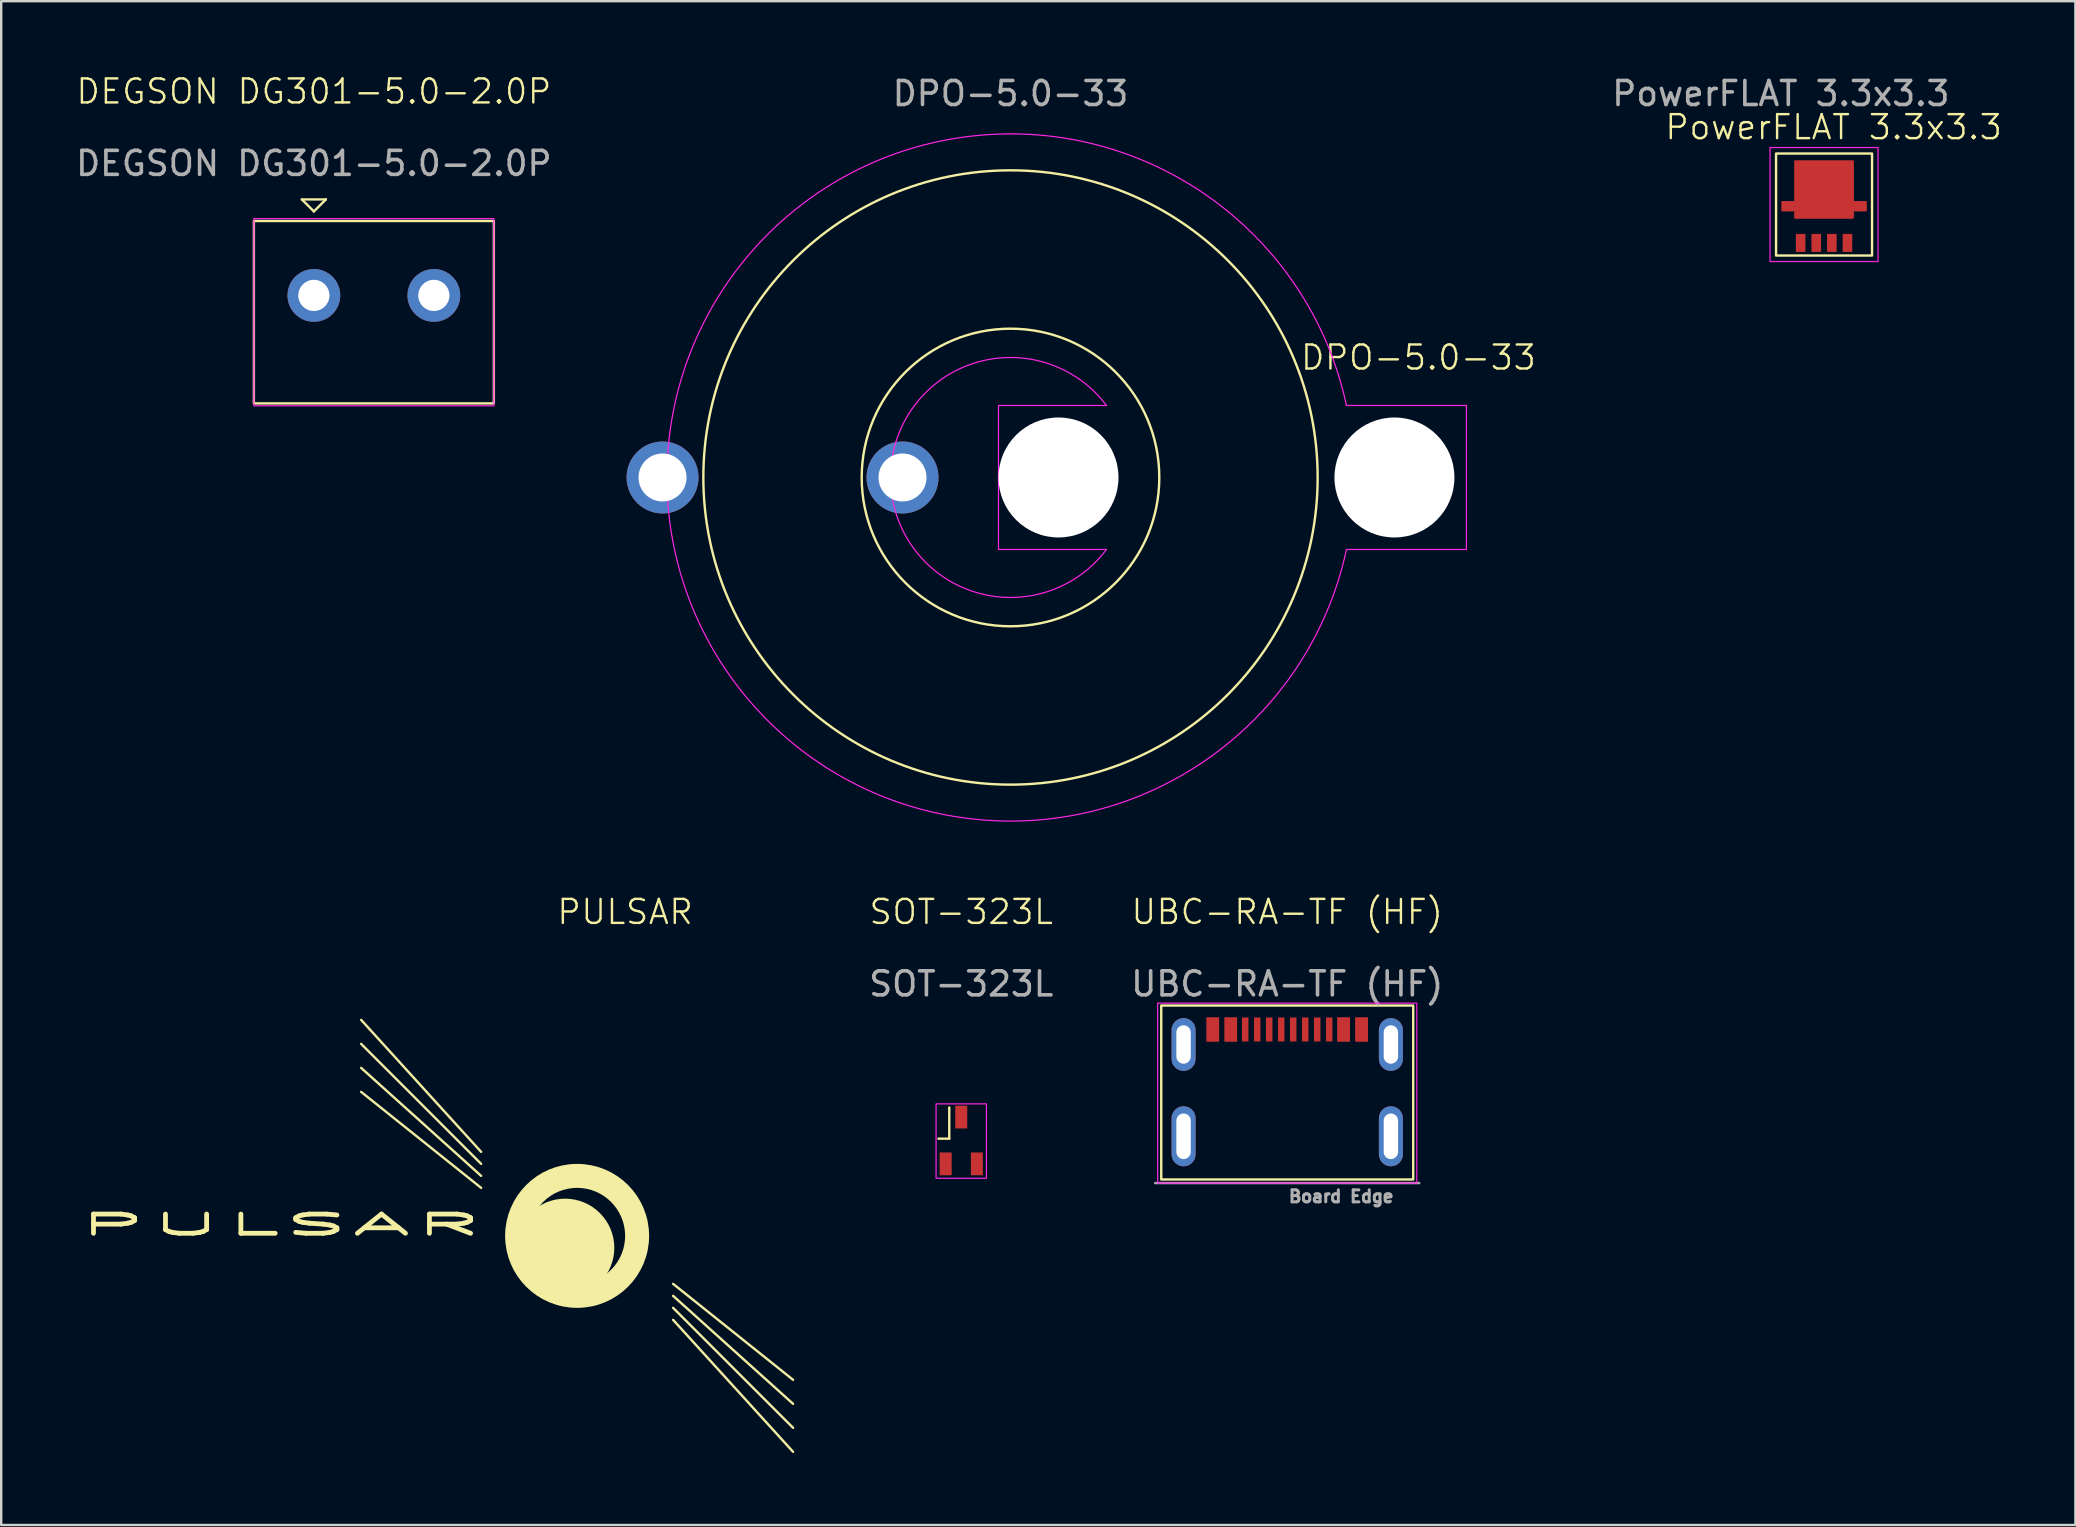
<source format=kicad_pcb>
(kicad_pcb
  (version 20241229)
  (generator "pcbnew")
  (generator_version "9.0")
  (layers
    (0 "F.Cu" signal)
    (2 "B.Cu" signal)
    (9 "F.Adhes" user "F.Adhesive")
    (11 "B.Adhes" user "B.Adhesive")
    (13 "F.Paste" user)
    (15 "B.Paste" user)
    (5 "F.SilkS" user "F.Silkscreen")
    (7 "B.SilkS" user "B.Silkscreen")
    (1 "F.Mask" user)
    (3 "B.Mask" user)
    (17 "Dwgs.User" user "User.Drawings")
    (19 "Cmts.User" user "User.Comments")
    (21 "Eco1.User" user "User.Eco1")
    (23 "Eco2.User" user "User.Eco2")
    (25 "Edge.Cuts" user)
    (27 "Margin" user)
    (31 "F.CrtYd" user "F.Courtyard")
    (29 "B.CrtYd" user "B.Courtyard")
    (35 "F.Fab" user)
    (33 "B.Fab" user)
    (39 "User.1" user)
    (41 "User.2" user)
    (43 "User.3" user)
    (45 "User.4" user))
  (footprint "UBC-RA-TF (HF)"
    (layer "F.Cu")
    (at 50.592 39.852)
    (property "Reference" "UBC-RA-TF (HF)" (at 0 -4.9 0) (unlocked yes) (layer "F.SilkS") (effects (font (size 1 1) (thickness 0.1))))
    (attr smd)
    (fp_rect (start -5.25 -1) (end 5.25 6.25) (stroke (width 0.1) (type default)) (fill no) (layer "F.SilkS"))
    (fp_rect (start -5.4 -1.1) (end 5.4 6.4) (stroke (width 0.05) (type default)) (fill no) (layer "F.CrtYd"))
    (fp_line (start -5.5 6.4) (end 5.5 6.4) (stroke (width 0.1) (type default)) (layer "F.Fab"))
    (fp_text user "Board Edge" (at 0 7.25 0) (unlocked yes) (layer "F.Fab") (effects (font (size 0.5 0.5) (thickness 0.125)) (justify left bottom)))
    (fp_text user "${REFERENCE}" (at 0 -1.9 0) (unlocked yes) (layer "F.Fab") (effects (font (size 1 1) (thickness 0.15))))
    (pad "A1" smd rect (at -3.1 0) (size 0.52 1) (layers "F.Cu" "F.Mask" "F.Paste"))
    (pad "A4" smd rect (at -2.35 0) (size 0.52 1) (layers "F.Cu" "F.Mask" "F.Paste"))
    (pad "A5" smd rect (at -1.75 0) (size 0.27 1) (layers "F.Cu" "F.Mask" "F.Paste"))
    (pad "A6" smd rect (at -0.25 0) (size 0.27 1) (layers "F.Cu" "F.Mask" "F.Paste"))
    (pad "A7" smd rect (at 0.75 0) (size 0.27 1) (layers "F.Cu" "F.Mask" "F.Paste"))
    (pad "A8" smd rect (at 1.75 0) (size 0.27 1) (layers "F.Cu" "F.Mask" "F.Paste"))
    (pad "A9" smd rect (at 2.35 0) (size 0.52 1) (layers "F.Cu" "F.Mask" "F.Paste"))
    (pad "A12" smd rect (at 3.1 0) (size 0.52 1) (layers "F.Cu" "F.Mask" "F.Paste"))
    (pad "B1" smd rect (at 3.1 0) (size 0.52 1) (layers "F.Cu" "F.Mask" "F.Paste"))
    (pad "B4" smd rect (at 2.35 0) (size 0.52 1) (layers "F.Cu" "F.Mask" "F.Paste"))
    (pad "B5" smd rect (at 1.25 0) (size 0.27 1) (layers "F.Cu" "F.Mask" "F.Paste"))
    (pad "B6" smd rect (at 0.25 0) (size 0.27 1) (layers "F.Cu" "F.Mask" "F.Paste"))
    (pad "B7" smd rect (at -0.75 0) (size 0.27 1) (layers "F.Cu" "F.Mask" "F.Paste"))
    (pad "B8" smd rect (at -1.25 0) (size 0.27 1) (layers "F.Cu" "F.Mask" "F.Paste"))
    (pad "B9" smd rect (at -2.35 0) (size 0.52 1) (layers "F.Cu" "F.Mask" "F.Paste"))
    (pad "B12" smd rect (at -3.1 0) (size 0.52 1) (layers "F.Cu" "F.Mask" "F.Paste"))
    (pad "S1" thru_hole oval (at -4.32 0.625) (size 1 2.2) (drill oval 0.6 1.6) (layers "*.Cu" "*.Mask"))
    (pad "S1" thru_hole oval (at -4.32 4.45) (size 1 2.5) (drill oval 0.6 1.9) (layers "*.Cu" "*.Mask"))
    (pad "S1" thru_hole oval (at 4.32 0.625) (size 1 2.2) (drill oval 0.6 1.6) (layers "*.Cu" "*.Mask"))
    (pad "S1" thru_hole oval (at 4.32 4.45) (size 1 2.5) (drill oval 0.6 1.9) (layers "*.Cu" "*.Mask")))
  (footprint "PULSAR"
    (layer "F.Cu")
    (at 21 48.452)
    (property "Reference" "PULSAR" (at 2 -13.5 0) (unlocked yes) (layer "F.SilkS") (effects (font (size 1 1) (thickness 0.1))))
    (attr smd)
    (fp_line (start -4 -3.5) (end -9 -9) (stroke (width 0.1) (type default)) (layer "F.SilkS"))
    (fp_line (start -4 -3) (end -9 -8) (stroke (width 0.1) (type default)) (layer "F.SilkS"))
    (fp_line (start -4 -2.5) (end -9 -7) (stroke (width 0.1) (type default)) (layer "F.SilkS"))
    (fp_line (start -4 -2) (end -9 -6) (stroke (width 0.1) (type default)) (layer "F.SilkS"))
    (fp_line (start 4 2) (end 9 6) (stroke (width 0.1) (type default)) (layer "F.SilkS"))
    (fp_line (start 4 2.5) (end 9 7) (stroke (width 0.1) (type default)) (layer "F.SilkS"))
    (fp_line (start 4 3) (end 9 8) (stroke (width 0.1) (type default)) (layer "F.SilkS"))
    (fp_line (start 4 3.5) (end 9 9) (stroke (width 0.1) (type default)) (layer "F.SilkS"))
    (fp_circle (center -0.5 0.5) (end 1.5 0.5) (stroke (width 0.1) (type solid)) (fill yes) (layer "F.SilkS"))
    (fp_circle (center 0 0) (end 2.5 0) (stroke (width 1) (type default)) (fill no) (layer "F.SilkS"))
    (fp_text user "PULSAR" (at -21 0 0) (unlocked yes) (layer "F.SilkS") (effects (font (size 0.8 3) (thickness 0.2) (bold yes)) (justify left bottom))))
  (footprint "DEGSON DG301-5.0-2.0P"
    (layer "F.Cu")
    (at 10.03 9.261)
    (property "Reference" "DEGSON DG301-5.0-2.0P" (at 0 -8.5 0) (unlocked yes) (layer "F.SilkS") (effects (font (size 1 1) (thickness 0.1))))
    (attr through_hole)
    (fp_line (start -0.5 -4) (end 0.5 -4) (stroke (width 0.1) (type default)) (layer "F.SilkS"))
    (fp_line (start 0 -3.5) (end -0.5 -4) (stroke (width 0.1) (type default)) (layer "F.SilkS"))
    (fp_line (start 0 -3.5) (end 0.5 -4) (stroke (width 0.1) (type default)) (layer "F.SilkS"))
    (fp_rect (start -2.5 -3.1) (end 7.5 4.5) (stroke (width 0.1) (type default)) (fill no) (layer "F.SilkS"))
    (fp_rect (start -2.5 -3.2) (end 7.5 4.6) (stroke (width 0.05) (type default)) (fill no) (layer "F.CrtYd"))
    (fp_text user "${REFERENCE}" (at 0 -5.5 0) (unlocked yes) (layer "F.Fab") (effects (font (size 1 1) (thickness 0.15))))
    (pad "1" thru_hole circle (at 0 0 90) (size 2.2 2.2) (drill 1.3) (layers "*.Cu" "*.Mask"))
    (pad "2" thru_hole circle (at 5 0 90) (size 2.2 2.2) (drill 1.3) (layers "*.Cu" "*.Mask")))
  (footprint "SOT-323L"
    (layer "F.Cu")
    (at 37.008 45.452)
    (property "Reference" "SOT-323L" (at 0 -10.5 0) (unlocked yes) (layer "F.SilkS") (effects (font (size 1 1) (thickness 0.1))))
    (attr smd)
    (fp_line (start -0.5 -2.35) (end -0.5 -1.05) (stroke (width 0.1) (type default)) (layer "F.SilkS"))
    (fp_line (start -0.5 -1.05) (end -0.95 -1.05) (stroke (width 0.1) (type default)) (layer "F.SilkS"))
    (fp_rect (start -1.05 -2.5) (end 1.05 0.6) (stroke (width 0.05) (type default)) (fill no) (layer "F.CrtYd"))
    (fp_text user "${REFERENCE}" (at 0 -7.5 0) (unlocked yes) (layer "F.Fab") (effects (font (size 1 1) (thickness 0.15))))
    (pad "1" smd rect (at -0.65 0) (size 0.5 0.95) (layers "F.Cu" "F.Mask" "F.Paste"))
    (pad "2" smd rect (at 0.65 0) (size 0.5 0.95) (layers "F.Cu" "F.Mask" "F.Paste"))
    (pad "3" smd rect (at 0 -1.95) (size 0.5 0.95) (layers "F.Cu" "F.Mask" "F.Paste")))
  (footprint "PowerFLAT 3.3x3.3"
    (layer "F.Cu")
    (at 72.963 4.848)
    (property "Reference" "PowerFLAT 3.3x3.3" (at 0.4 -2.6 0) (unlocked yes) (layer "F.SilkS") (effects (font (size 1 1) (thickness 0.1))))
    (attr smd)
    (fp_rect (start -2 -1.5) (end 2 2.75) (stroke (width 0.1) (type default)) (fill no) (layer "F.SilkS"))
    (fp_rect (start -2.25 -1.75) (end 2.25 3) (stroke (width 0.05) (type default)) (fill no) (layer "F.CrtYd"))
    (fp_text user "${REFERENCE}" (at -1.8 -4 0) (unlocked yes) (layer "F.Fab") (effects (font (size 1 1) (thickness 0.15))))
    (pad "1" smd rect (at -0.975 2.225) (size 0.4 0.75) (layers "F.Cu" "F.Mask" "F.Paste"))
    (pad "2" smd rect (at -0.325 2.225) (size 0.4 0.75) (layers "F.Cu" "F.Mask" "F.Paste"))
    (pad "3" smd rect (at 0.325 2.225) (size 0.4 0.75) (layers "F.Cu" "F.Mask" "F.Paste"))
    (pad "4" smd rect (at 0.975 2.225) (size 0.4 0.75) (layers "F.Cu" "F.Mask" "F.Paste"))
    (pad "5" smd rect (at -1.5 0.7) (size 0.53 0.4) (layers "F.Cu" "F.Mask" "F.Paste"))
    (pad "5" smd rect (at 0 0) (size 2.45 2.4) (layers "F.Cu" "F.Mask" "F.Paste"))
    (pad "5" smd rect (at 1.5 0.7) (size 0.53 0.4) (layers "F.Cu" "F.Mask" "F.Paste"))
    (pad "6" smd rect (at -1.49 0.7) (size 0.53 0.4) (layers "F.Cu" "F.Mask" "F.Paste"))
    (pad "6" smd rect (at 0 0) (size 2.45 2.4) (layers "F.Cu" "F.Mask" "F.Paste"))
    (pad "6" smd rect (at 1.49 0.7) (size 0.53 0.4) (layers "F.Cu" "F.Mask" "F.Paste"))
    (pad "7" smd rect (at -1.5 0.7) (size 0.53 0.4) (layers "F.Cu" "F.Mask" "F.Paste"))
    (pad "7" smd rect (at 0 0) (size 2.45 2.4) (layers "F.Cu" "F.Mask" "F.Paste"))
    (pad "7" smd rect (at 1.5 0.7) (size 0.53 0.4) (layers "F.Cu" "F.Mask" "F.Paste"))
    (pad "8" smd rect (at -1.5 0.7) (size 0.53 0.4) (layers "F.Cu" "F.Mask" "F.Paste"))
    (pad "8" smd rect (at 0 0) (size 2.45 2.4) (layers "F.Cu" "F.Mask" "F.Paste"))
    (pad "8" smd rect (at 1.5 0.7) (size 0.53 0.4) (layers "F.Cu" "F.Mask" "F.Paste")))
  (footprint "DPO-5.0-33"
    (layer "F.Cu")
    (at 39.06 16.848)
    (property "Reference" "DPO-5.0-33" (at 17 -5 0) (unlocked yes) (layer "F.SilkS") (effects (font (size 1 1) (thickness 0.1))))
    (attr through_hole)
    (fp_circle (center 0 0) (end -0.1 -6.2) (stroke (width 0.1) (type default)) (fill no) (layer "F.SilkS"))
    (fp_circle (center 0 0) (end 0 -12.8) (stroke (width 0.1) (type default)) (fill no) (layer "F.SilkS"))
    (fp_line (start -0.5 -3) (end -0.5 3) (stroke (width 0.05) (type default)) (layer "F.CrtYd"))
    (fp_line (start -0.5 3) (end 4 3) (stroke (width 0.05) (type default)) (layer "F.CrtYd"))
    (fp_line (start 4 -3) (end -0.5 -3) (stroke (width 0.05) (type default)) (layer "F.CrtYd"))
    (fp_line (start 14 -3) (end 19 -3) (stroke (width 0.05) (type default)) (layer "F.CrtYd"))
    (fp_line (start 19 -3) (end 19 3) (stroke (width 0.05) (type default)) (layer "F.CrtYd"))
    (fp_line (start 19 3) (end 14 3) (stroke (width 0.05) (type default)) (layer "F.CrtYd"))
    (fp_arc (start 4 3) (mid -5 0) (end 4 -3) (stroke (width 0.05) (type default)) (layer "F.CrtYd"))
    (fp_arc (start 14 3) (mid -14.317821 0) (end 14 -3) (stroke (width 0.05) (type default)) (layer "F.CrtYd"))
    (fp_text user "${REFERENCE}" (at 0 -16 0) (unlocked yes) (layer "F.Fab") (effects (font (size 1 1) (thickness 0.15))))
    (pad "" np_thru_hole circle (at 2 0) (size 5 5) (drill 5) (layers "*.Cu" "*.Mask"))
    (pad "" np_thru_hole circle (at 16 0) (size 5 5) (drill 5) (layers "*.Cu" "*.Mask"))
    (pad "1" thru_hole circle (at -4.5 0) (size 3 3) (drill 2) (layers "*.Cu" "*.Mask"))
    (pad "2" thru_hole circle (at -14.5 0) (size 3 3) (drill 2) (layers "*.Cu" "*.Mask")))
  (gr_rect
    (start -3 -3)
    (end 83.437 60.502)
    (stroke (width 0.1) (type default))
    (fill no)
    (layer "Edge.Cuts")))
</source>
